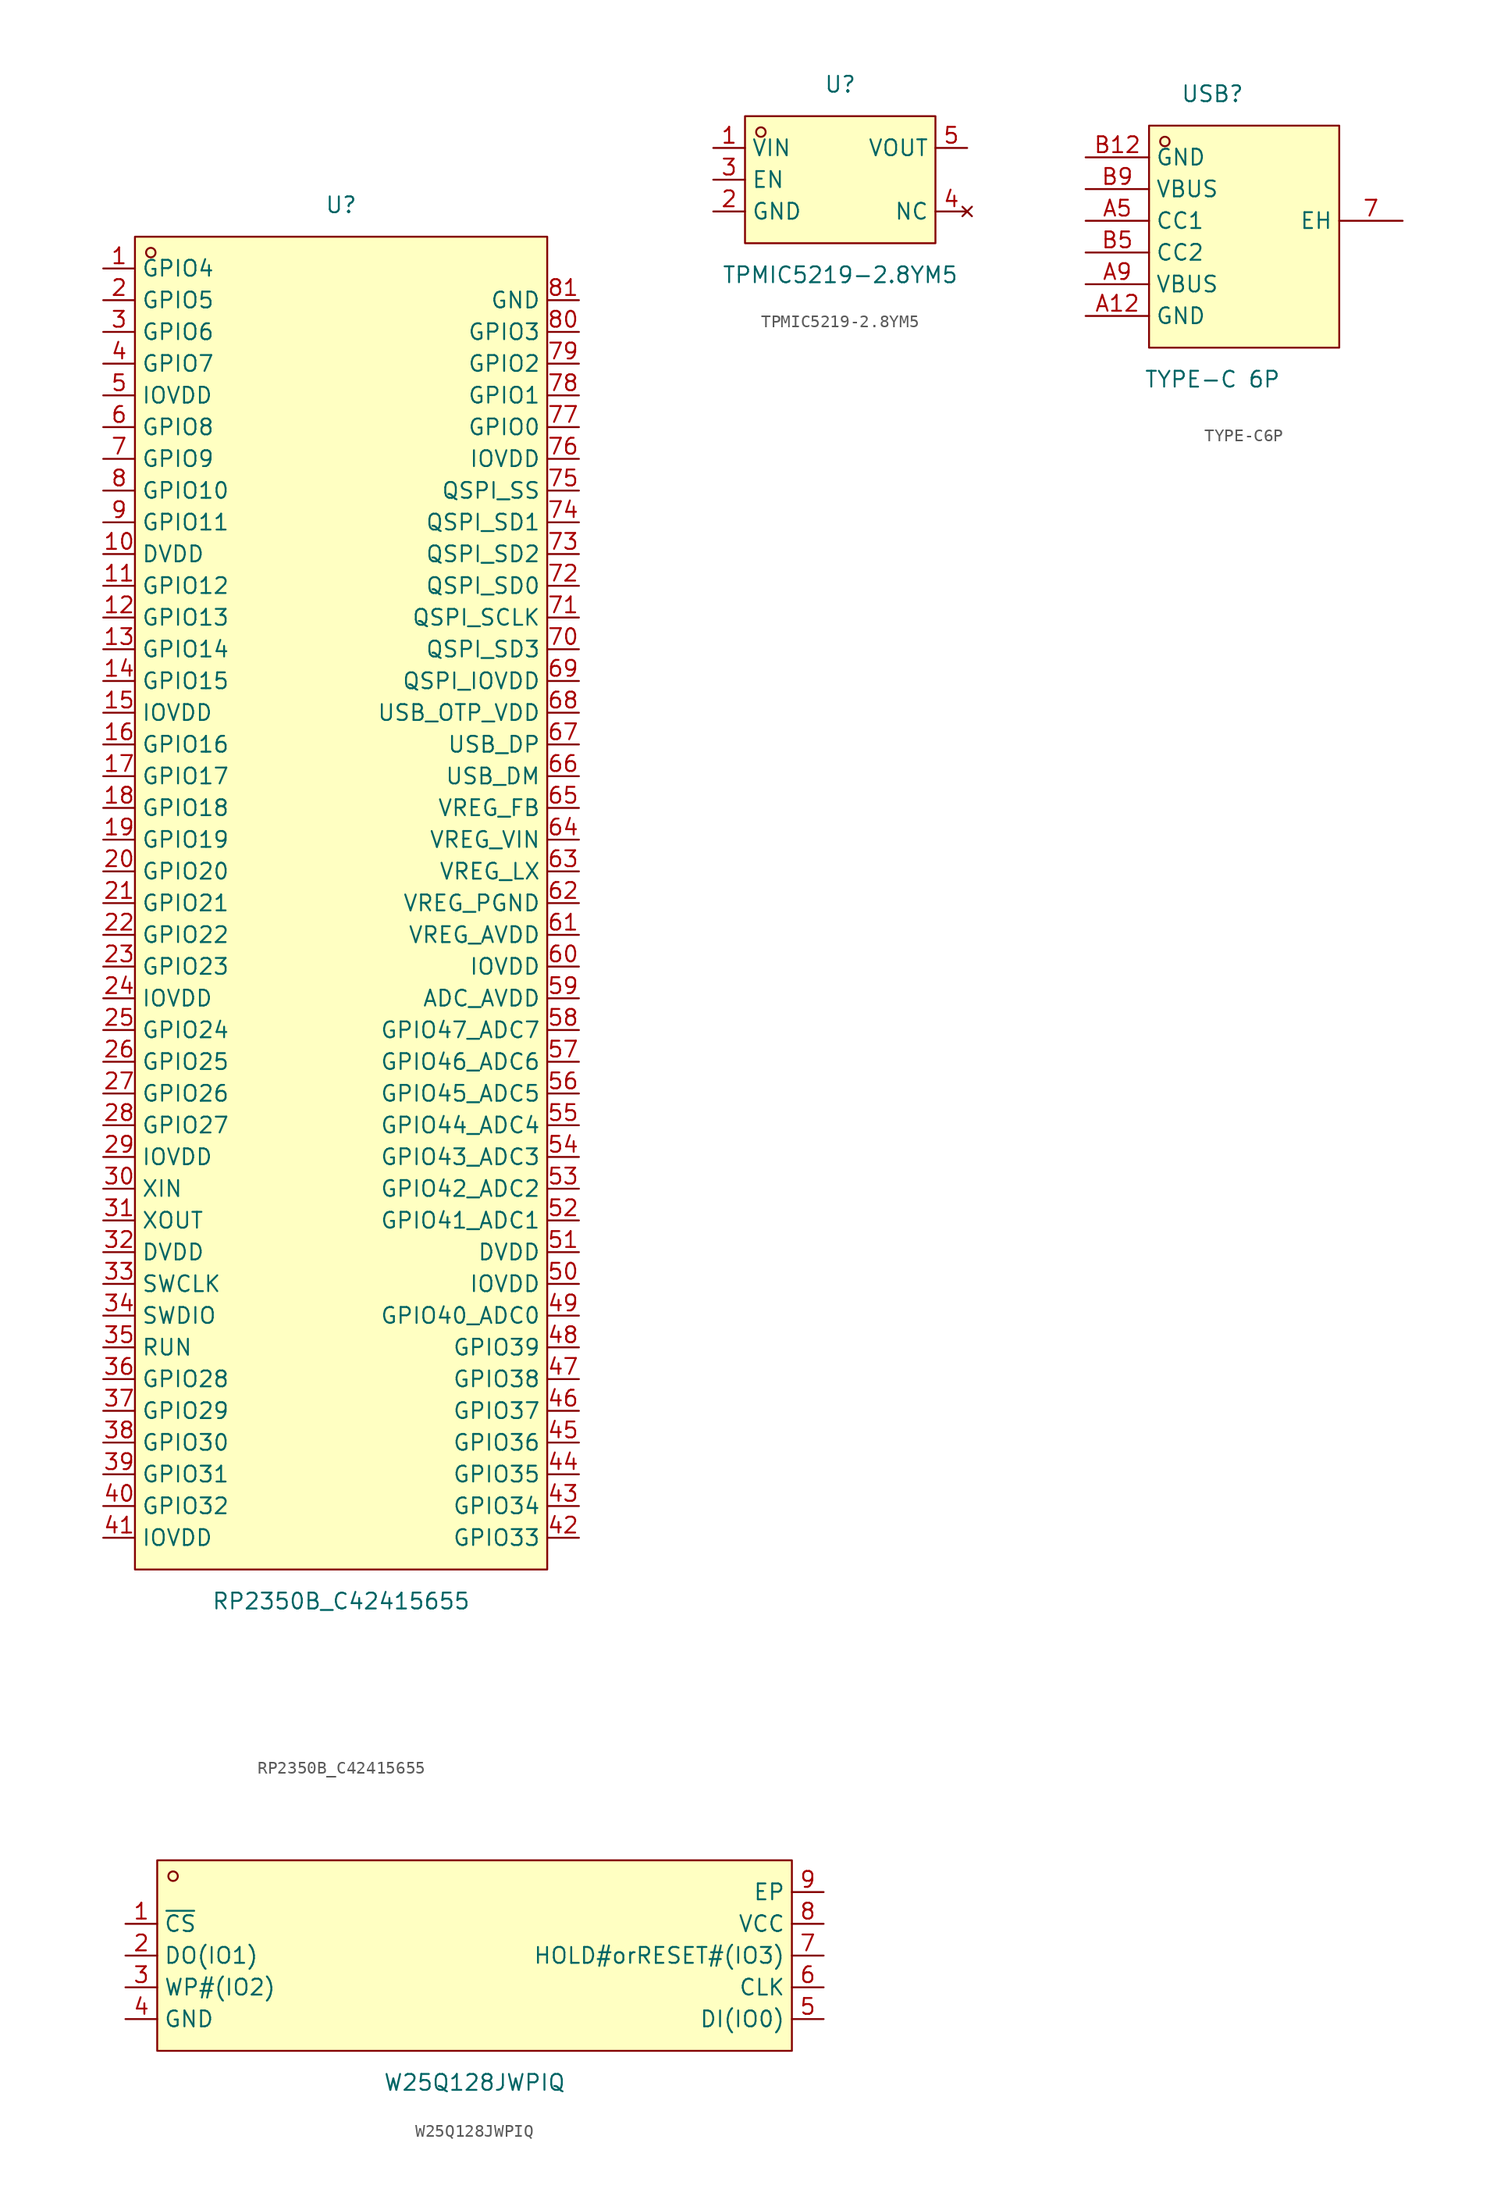
<source format=kicad_sym>
(kicad_symbol_lib
  (version 20241209)
  (generator "kicad_symbol_editor")
  (generator_version "9.0")
  (symbol "RP2350B_C42415655"
    (property "Reference" "U"
      (at 0 55.88 0)
      (effects (font (size 1.27 1.27))))
    (property "Value" "RP2350B_C42415655"
      (at 0 -55.88 0)
      (effects (font (size 1.27 1.27))))
    (symbol "RP2350B_C42415655_0_1"
      (rectangle (start -16.51 53.34) (end 16.51 -53.34) (stroke (width 0) (type default)) (fill (type background)))
      (circle (center -15.24 52.07) (radius 0.38) (stroke (width 0) (type default)) (fill (type none)))
      (pin unspecified line (at -19.05 50.8 0) (length 2.54) (name "GPIO4" (effects (font (size 1.27 1.27)))) (number "1" (effects (font (size 1.27 1.27)))))
      (pin unspecified line (at -19.05 48.26 0) (length 2.54) (name "GPIO5" (effects (font (size 1.27 1.27)))) (number "2" (effects (font (size 1.27 1.27)))))
      (pin unspecified line (at -19.05 45.72 0) (length 2.54) (name "GPIO6" (effects (font (size 1.27 1.27)))) (number "3" (effects (font (size 1.27 1.27)))))
      (pin unspecified line (at -19.05 43.18 0) (length 2.54) (name "GPIO7" (effects (font (size 1.27 1.27)))) (number "4" (effects (font (size 1.27 1.27)))))
      (pin unspecified line (at -19.05 40.64 0) (length 2.54) (name "IOVDD" (effects (font (size 1.27 1.27)))) (number "5" (effects (font (size 1.27 1.27)))))
      (pin unspecified line (at -19.05 38.1 0) (length 2.54) (name "GPIO8" (effects (font (size 1.27 1.27)))) (number "6" (effects (font (size 1.27 1.27)))))
      (pin unspecified line (at -19.05 35.56 0) (length 2.54) (name "GPIO9" (effects (font (size 1.27 1.27)))) (number "7" (effects (font (size 1.27 1.27)))))
      (pin unspecified line (at -19.05 33.02 0) (length 2.54) (name "GPIO10" (effects (font (size 1.27 1.27)))) (number "8" (effects (font (size 1.27 1.27)))))
      (pin unspecified line (at -19.05 30.48 0) (length 2.54) (name "GPIO11" (effects (font (size 1.27 1.27)))) (number "9" (effects (font (size 1.27 1.27)))))
      (pin unspecified line (at -19.05 27.94 0) (length 2.54) (name "DVDD" (effects (font (size 1.27 1.27)))) (number "10" (effects (font (size 1.27 1.27)))))
      (pin unspecified line (at -19.05 25.4 0) (length 2.54) (name "GPIO12" (effects (font (size 1.27 1.27)))) (number "11" (effects (font (size 1.27 1.27)))))
      (pin unspecified line (at -19.05 22.86 0) (length 2.54) (name "GPIO13" (effects (font (size 1.27 1.27)))) (number "12" (effects (font (size 1.27 1.27)))))
      (pin unspecified line (at -19.05 20.32 0) (length 2.54) (name "GPIO14" (effects (font (size 1.27 1.27)))) (number "13" (effects (font (size 1.27 1.27)))))
      (pin unspecified line (at -19.05 17.78 0) (length 2.54) (name "GPIO15" (effects (font (size 1.27 1.27)))) (number "14" (effects (font (size 1.27 1.27)))))
      (pin unspecified line (at -19.05 15.24 0) (length 2.54) (name "IOVDD" (effects (font (size 1.27 1.27)))) (number "15" (effects (font (size 1.27 1.27)))))
      (pin unspecified line (at -19.05 12.7 0) (length 2.54) (name "GPIO16" (effects (font (size 1.27 1.27)))) (number "16" (effects (font (size 1.27 1.27)))))
      (pin unspecified line (at -19.05 10.16 0) (length 2.54) (name "GPIO17" (effects (font (size 1.27 1.27)))) (number "17" (effects (font (size 1.27 1.27)))))
      (pin unspecified line (at -19.05 7.62 0) (length 2.54) (name "GPIO18" (effects (font (size 1.27 1.27)))) (number "18" (effects (font (size 1.27 1.27)))))
      (pin unspecified line (at -19.05 5.08 0) (length 2.54) (name "GPIO19" (effects (font (size 1.27 1.27)))) (number "19" (effects (font (size 1.27 1.27)))))
      (pin unspecified line (at -19.05 2.54 0) (length 2.54) (name "GPIO20" (effects (font (size 1.27 1.27)))) (number "20" (effects (font (size 1.27 1.27)))))
      (pin unspecified line (at -19.05 0 0) (length 2.54) (name "GPIO21" (effects (font (size 1.27 1.27)))) (number "21" (effects (font (size 1.27 1.27)))))
      (pin unspecified line (at -19.05 -2.54 0) (length 2.54) (name "GPIO22" (effects (font (size 1.27 1.27)))) (number "22" (effects (font (size 1.27 1.27)))))
      (pin unspecified line (at -19.05 -5.08 0) (length 2.54) (name "GPIO23" (effects (font (size 1.27 1.27)))) (number "23" (effects (font (size 1.27 1.27)))))
      (pin unspecified line (at -19.05 -7.62 0) (length 2.54) (name "IOVDD" (effects (font (size 1.27 1.27)))) (number "24" (effects (font (size 1.27 1.27)))))
      (pin unspecified line (at -19.05 -10.16 0) (length 2.54) (name "GPIO24" (effects (font (size 1.27 1.27)))) (number "25" (effects (font (size 1.27 1.27)))))
      (pin unspecified line (at -19.05 -12.7 0) (length 2.54) (name "GPIO25" (effects (font (size 1.27 1.27)))) (number "26" (effects (font (size 1.27 1.27)))))
      (pin unspecified line (at -19.05 -15.24 0) (length 2.54) (name "GPIO26" (effects (font (size 1.27 1.27)))) (number "27" (effects (font (size 1.27 1.27)))))
      (pin unspecified line (at -19.05 -17.78 0) (length 2.54) (name "GPIO27" (effects (font (size 1.27 1.27)))) (number "28" (effects (font (size 1.27 1.27)))))
      (pin unspecified line (at -19.05 -20.32 0) (length 2.54) (name "IOVDD" (effects (font (size 1.27 1.27)))) (number "29" (effects (font (size 1.27 1.27)))))
      (pin unspecified line (at -19.05 -22.86 0) (length 2.54) (name "XIN" (effects (font (size 1.27 1.27)))) (number "30" (effects (font (size 1.27 1.27)))))
      (pin unspecified line (at -19.05 -25.4 0) (length 2.54) (name "XOUT" (effects (font (size 1.27 1.27)))) (number "31" (effects (font (size 1.27 1.27)))))
      (pin unspecified line (at -19.05 -27.94 0) (length 2.54) (name "DVDD" (effects (font (size 1.27 1.27)))) (number "32" (effects (font (size 1.27 1.27)))))
      (pin unspecified line (at -19.05 -30.48 0) (length 2.54) (name "SWCLK" (effects (font (size 1.27 1.27)))) (number "33" (effects (font (size 1.27 1.27)))))
      (pin unspecified line (at -19.05 -33.02 0) (length 2.54) (name "SWDIO" (effects (font (size 1.27 1.27)))) (number "34" (effects (font (size 1.27 1.27)))))
      (pin unspecified line (at -19.05 -35.56 0) (length 2.54) (name "RUN" (effects (font (size 1.27 1.27)))) (number "35" (effects (font (size 1.27 1.27)))))
      (pin unspecified line (at -19.05 -38.1 0) (length 2.54) (name "GPIO28" (effects (font (size 1.27 1.27)))) (number "36" (effects (font (size 1.27 1.27)))))
      (pin unspecified line (at -19.05 -40.64 0) (length 2.54) (name "GPIO29" (effects (font (size 1.27 1.27)))) (number "37" (effects (font (size 1.27 1.27)))))
      (pin unspecified line (at -19.05 -43.18 0) (length 2.54) (name "GPIO30" (effects (font (size 1.27 1.27)))) (number "38" (effects (font (size 1.27 1.27)))))
      (pin unspecified line (at -19.05 -45.72 0) (length 2.54) (name "GPIO31" (effects (font (size 1.27 1.27)))) (number "39" (effects (font (size 1.27 1.27)))))
      (pin unspecified line (at -19.05 -48.26 0) (length 2.54) (name "GPIO32" (effects (font (size 1.27 1.27)))) (number "40" (effects (font (size 1.27 1.27)))))
      (pin unspecified line (at -19.05 -50.8 0) (length 2.54) (name "IOVDD" (effects (font (size 1.27 1.27)))) (number "41" (effects (font (size 1.27 1.27)))))
      (pin unspecified line (at 19.05 48.26 180) (length 2.54) (name "GND" (effects (font (size 1.27 1.27)))) (number "81" (effects (font (size 1.27 1.27)))))
      (pin unspecified line (at 19.05 45.72 180) (length 2.54) (name "GPIO3" (effects (font (size 1.27 1.27)))) (number "80" (effects (font (size 1.27 1.27)))))
      (pin unspecified line (at 19.05 43.18 180) (length 2.54) (name "GPIO2" (effects (font (size 1.27 1.27)))) (number "79" (effects (font (size 1.27 1.27)))))
      (pin unspecified line (at 19.05 40.64 180) (length 2.54) (name "GPIO1" (effects (font (size 1.27 1.27)))) (number "78" (effects (font (size 1.27 1.27)))))
      (pin unspecified line (at 19.05 38.1 180) (length 2.54) (name "GPIO0" (effects (font (size 1.27 1.27)))) (number "77" (effects (font (size 1.27 1.27)))))
      (pin unspecified line (at 19.05 35.56 180) (length 2.54) (name "IOVDD" (effects (font (size 1.27 1.27)))) (number "76" (effects (font (size 1.27 1.27)))))
      (pin unspecified line (at 19.05 33.02 180) (length 2.54) (name "QSPI_SS" (effects (font (size 1.27 1.27)))) (number "75" (effects (font (size 1.27 1.27)))))
      (pin unspecified line (at 19.05 30.48 180) (length 2.54) (name "QSPI_SD1" (effects (font (size 1.27 1.27)))) (number "74" (effects (font (size 1.27 1.27)))))
      (pin unspecified line (at 19.05 27.94 180) (length 2.54) (name "QSPI_SD2" (effects (font (size 1.27 1.27)))) (number "73" (effects (font (size 1.27 1.27)))))
      (pin unspecified line (at 19.05 25.4 180) (length 2.54) (name "QSPI_SD0" (effects (font (size 1.27 1.27)))) (number "72" (effects (font (size 1.27 1.27)))))
      (pin unspecified line (at 19.05 22.86 180) (length 2.54) (name "QSPI_SCLK" (effects (font (size 1.27 1.27)))) (number "71" (effects (font (size 1.27 1.27)))))
      (pin unspecified line (at 19.05 20.32 180) (length 2.54) (name "QSPI_SD3" (effects (font (size 1.27 1.27)))) (number "70" (effects (font (size 1.27 1.27)))))
      (pin unspecified line (at 19.05 17.78 180) (length 2.54) (name "QSPI_IOVDD" (effects (font (size 1.27 1.27)))) (number "69" (effects (font (size 1.27 1.27)))))
      (pin unspecified line (at 19.05 15.24 180) (length 2.54) (name "USB_OTP_VDD" (effects (font (size 1.27 1.27)))) (number "68" (effects (font (size 1.27 1.27)))))
      (pin unspecified line (at 19.05 12.7 180) (length 2.54) (name "USB_DP" (effects (font (size 1.27 1.27)))) (number "67" (effects (font (size 1.27 1.27)))))
      (pin unspecified line (at 19.05 10.16 180) (length 2.54) (name "USB_DM" (effects (font (size 1.27 1.27)))) (number "66" (effects (font (size 1.27 1.27)))))
      (pin unspecified line (at 19.05 7.62 180) (length 2.54) (name "VREG_FB" (effects (font (size 1.27 1.27)))) (number "65" (effects (font (size 1.27 1.27)))))
      (pin unspecified line (at 19.05 5.08 180) (length 2.54) (name "VREG_VIN" (effects (font (size 1.27 1.27)))) (number "64" (effects (font (size 1.27 1.27)))))
      (pin unspecified line (at 19.05 2.54 180) (length 2.54) (name "VREG_LX" (effects (font (size 1.27 1.27)))) (number "63" (effects (font (size 1.27 1.27)))))
      (pin unspecified line (at 19.05 0 180) (length 2.54) (name "VREG_PGND" (effects (font (size 1.27 1.27)))) (number "62" (effects (font (size 1.27 1.27)))))
      (pin unspecified line (at 19.05 -2.54 180) (length 2.54) (name "VREG_AVDD" (effects (font (size 1.27 1.27)))) (number "61" (effects (font (size 1.27 1.27)))))
      (pin unspecified line (at 19.05 -5.08 180) (length 2.54) (name "IOVDD" (effects (font (size 1.27 1.27)))) (number "60" (effects (font (size 1.27 1.27)))))
      (pin unspecified line (at 19.05 -7.62 180) (length 2.54) (name "ADC_AVDD" (effects (font (size 1.27 1.27)))) (number "59" (effects (font (size 1.27 1.27)))))
      (pin unspecified line (at 19.05 -10.16 180) (length 2.54) (name "GPIO47_ADC7" (effects (font (size 1.27 1.27)))) (number "58" (effects (font (size 1.27 1.27)))))
      (pin unspecified line (at 19.05 -12.7 180) (length 2.54) (name "GPIO46_ADC6" (effects (font (size 1.27 1.27)))) (number "57" (effects (font (size 1.27 1.27)))))
      (pin unspecified line (at 19.05 -15.24 180) (length 2.54) (name "GPIO45_ADC5" (effects (font (size 1.27 1.27)))) (number "56" (effects (font (size 1.27 1.27)))))
      (pin unspecified line (at 19.05 -17.78 180) (length 2.54) (name "GPIO44_ADC4" (effects (font (size 1.27 1.27)))) (number "55" (effects (font (size 1.27 1.27)))))
      (pin unspecified line (at 19.05 -20.32 180) (length 2.54) (name "GPIO43_ADC3" (effects (font (size 1.27 1.27)))) (number "54" (effects (font (size 1.27 1.27)))))
      (pin unspecified line (at 19.05 -22.86 180) (length 2.54) (name "GPIO42_ADC2" (effects (font (size 1.27 1.27)))) (number "53" (effects (font (size 1.27 1.27)))))
      (pin unspecified line (at 19.05 -25.4 180) (length 2.54) (name "GPIO41_ADC1" (effects (font (size 1.27 1.27)))) (number "52" (effects (font (size 1.27 1.27)))))
      (pin unspecified line (at 19.05 -27.94 180) (length 2.54) (name "DVDD" (effects (font (size 1.27 1.27)))) (number "51" (effects (font (size 1.27 1.27)))))
      (pin unspecified line (at 19.05 -30.48 180) (length 2.54) (name "IOVDD" (effects (font (size 1.27 1.27)))) (number "50" (effects (font (size 1.27 1.27)))))
      (pin unspecified line (at 19.05 -33.02 180) (length 2.54) (name "GPIO40_ADC0" (effects (font (size 1.27 1.27)))) (number "49" (effects (font (size 1.27 1.27)))))
      (pin unspecified line (at 19.05 -35.56 180) (length 2.54) (name "GPIO39" (effects (font (size 1.27 1.27)))) (number "48" (effects (font (size 1.27 1.27)))))
      (pin unspecified line (at 19.05 -38.1 180) (length 2.54) (name "GPIO38" (effects (font (size 1.27 1.27)))) (number "47" (effects (font (size 1.27 1.27)))))
      (pin unspecified line (at 19.05 -40.64 180) (length 2.54) (name "GPIO37" (effects (font (size 1.27 1.27)))) (number "46" (effects (font (size 1.27 1.27)))))
      (pin unspecified line (at 19.05 -43.18 180) (length 2.54) (name "GPIO36" (effects (font (size 1.27 1.27)))) (number "45" (effects (font (size 1.27 1.27)))))
      (pin unspecified line (at 19.05 -45.72 180) (length 2.54) (name "GPIO35" (effects (font (size 1.27 1.27)))) (number "44" (effects (font (size 1.27 1.27)))))
      (pin unspecified line (at 19.05 -48.26 180) (length 2.54) (name "GPIO34" (effects (font (size 1.27 1.27)))) (number "43" (effects (font (size 1.27 1.27)))))
      (pin unspecified line (at 19.05 -50.8 180) (length 2.54) (name "GPIO33" (effects (font (size 1.27 1.27)))) (number "42" (effects (font (size 1.27 1.27)))))))
  (symbol "TPMIC5219-2.8YM5"
    (property "Reference" "U"
      (at 0 7.62 0)
      (effects (font (size 1.27 1.27))))
    (property "Value" "TPMIC5219-2.8YM5"
      (at 0 -7.62 0)
      (effects (font (size 1.27 1.27))))
    (symbol "TPMIC5219-2.8YM5_0_1"
      (rectangle (start -7.62 5.08) (end 7.62 -5.08) (stroke (width 0) (type default)) (fill (type background)))
      (circle (center -6.35 3.81) (radius 0.38) (stroke (width 0) (type default)) (fill (type none)))
      (pin power_in line (at -10.16 2.54 0) (length 2.54) (name "VIN" (effects (font (size 1.27 1.27)))) (number "1" (effects (font (size 1.27 1.27)))))
      (pin input line (at -10.16 0 0) (length 2.54) (name "EN" (effects (font (size 1.27 1.27)))) (number "3" (effects (font (size 1.27 1.27)))))
      (pin input line (at -10.16 -2.54 0) (length 2.54) (name "GND" (effects (font (size 1.27 1.27)))) (number "2" (effects (font (size 1.27 1.27)))))
      (pin power_out line (at 10.16 2.54 180) (length 2.54) (name "VOUT" (effects (font (size 1.27 1.27)))) (number "5" (effects (font (size 1.27 1.27)))))
      (pin no_connect line (at 10.16 -2.54 180) (length 2.54) (name "NC" (effects (font (size 1.27 1.27)))) (number "4" (effects (font (size 1.27 1.27)))))))
  (symbol "TYPE-C6P"
    (property "Reference" "USB"
      (at 0 10.16 0)
      (effects (font (size 1.27 1.27))))
    (property "Value" "TYPE-C 6P"
      (at 0 -12.7 0)
      (effects (font (size 1.27 1.27))))
    (symbol "TYPE-C6P_0_1"
      (rectangle (start -5.08 7.62) (end 10.16 -10.16) (stroke (width 0) (type default)) (fill (type background)))
      (circle (center -3.81 6.35) (radius 0.38) (stroke (width 0) (type default)) (fill (type none)))
      (pin unspecified line (at -10.16 5.08 0) (length 5.08) (name "GND" (effects (font (size 1.27 1.27)))) (number "B12" (effects (font (size 1.27 1.27)))))
      (pin unspecified line (at -10.16 2.54 0) (length 5.08) (name "VBUS" (effects (font (size 1.27 1.27)))) (number "B9" (effects (font (size 1.27 1.27)))))
      (pin unspecified line (at -10.16 0 0) (length 5.08) (name "CC1" (effects (font (size 1.27 1.27)))) (number "A5" (effects (font (size 1.27 1.27)))))
      (pin unspecified line (at -10.16 -2.54 0) (length 5.08) (name "CC2" (effects (font (size 1.27 1.27)))) (number "B5" (effects (font (size 1.27 1.27)))))
      (pin unspecified line (at -10.16 -5.08 0) (length 5.08) (name "VBUS" (effects (font (size 1.27 1.27)))) (number "A9" (effects (font (size 1.27 1.27)))))
      (pin unspecified line (at -10.16 -7.62 0) (length 5.08) (name "GND" (effects (font (size 1.27 1.27)))) (number "A12" (effects (font (size 1.27 1.27)))))
      (pin unspecified line (at 15.24 0 180) (length 5.08) (name "EH" (effects (font (size 1.27 1.27)))) (number "7" (effects (font (size 1.27 1.27)))))))
  (symbol "W25Q128JWPIQ"
    (property "Reference" "U"
      (at 0 10.16 0)
      (effects (font (size 1.27 1.27)) (hide yes)))
    (property "Value" "W25Q128JWPIQ"
      (at 0 -10.16 0)
      (effects (font (size 1.27 1.27))))
    (symbol "W25Q128JWPIQ_0_1"
      (rectangle (start -25.4 7.62) (end 25.4 -7.62) (stroke (width 0) (type default)) (fill (type background)))
      (circle (center -24.13 6.35) (radius 0.38) (stroke (width 0) (type default)) (fill (type none)))
      (pin input line (at -27.94 2.54 0) (length 2.54) (name "~{CS}" (effects (font (size 1.27 1.27)))) (number "1" (effects (font (size 1.27 1.27)))))
      (pin output line (at -27.94 0 0) (length 2.54) (name "DO(IO1)" (effects (font (size 1.27 1.27)))) (number "2" (effects (font (size 1.27 1.27)))))
      (pin input line (at -27.94 -2.54 0) (length 2.54) (name "WP#(IO2)" (effects (font (size 1.27 1.27)))) (number "3" (effects (font (size 1.27 1.27)))))
      (pin power_in line (at -27.94 -5.08 0) (length 2.54) (name "GND" (effects (font (size 1.27 1.27)))) (number "4" (effects (font (size 1.27 1.27)))))
      (pin power_in line (at 27.94 5.08 180) (length 2.54) (name "EP" (effects (font (size 1.27 1.27)))) (number "9" (effects (font (size 1.27 1.27)))))
      (pin power_in line (at 27.94 2.54 180) (length 2.54) (name "VCC" (effects (font (size 1.27 1.27)))) (number "8" (effects (font (size 1.27 1.27)))))
      (pin bidirectional line (at 27.94 0 180) (length 2.54) (name "HOLD#orRESET#(IO3)" (effects (font (size 1.27 1.27)))) (number "7" (effects (font (size 1.27 1.27)))))
      (pin input line (at 27.94 -2.54 180) (length 2.54) (name "CLK" (effects (font (size 1.27 1.27)))) (number "6" (effects (font (size 1.27 1.27)))))
      (pin input line (at 27.94 -5.08 180) (length 2.54) (name "DI(IO0)" (effects (font (size 1.27 1.27)))) (number "5" (effects (font (size 1.27 1.27))))))))
</source>
